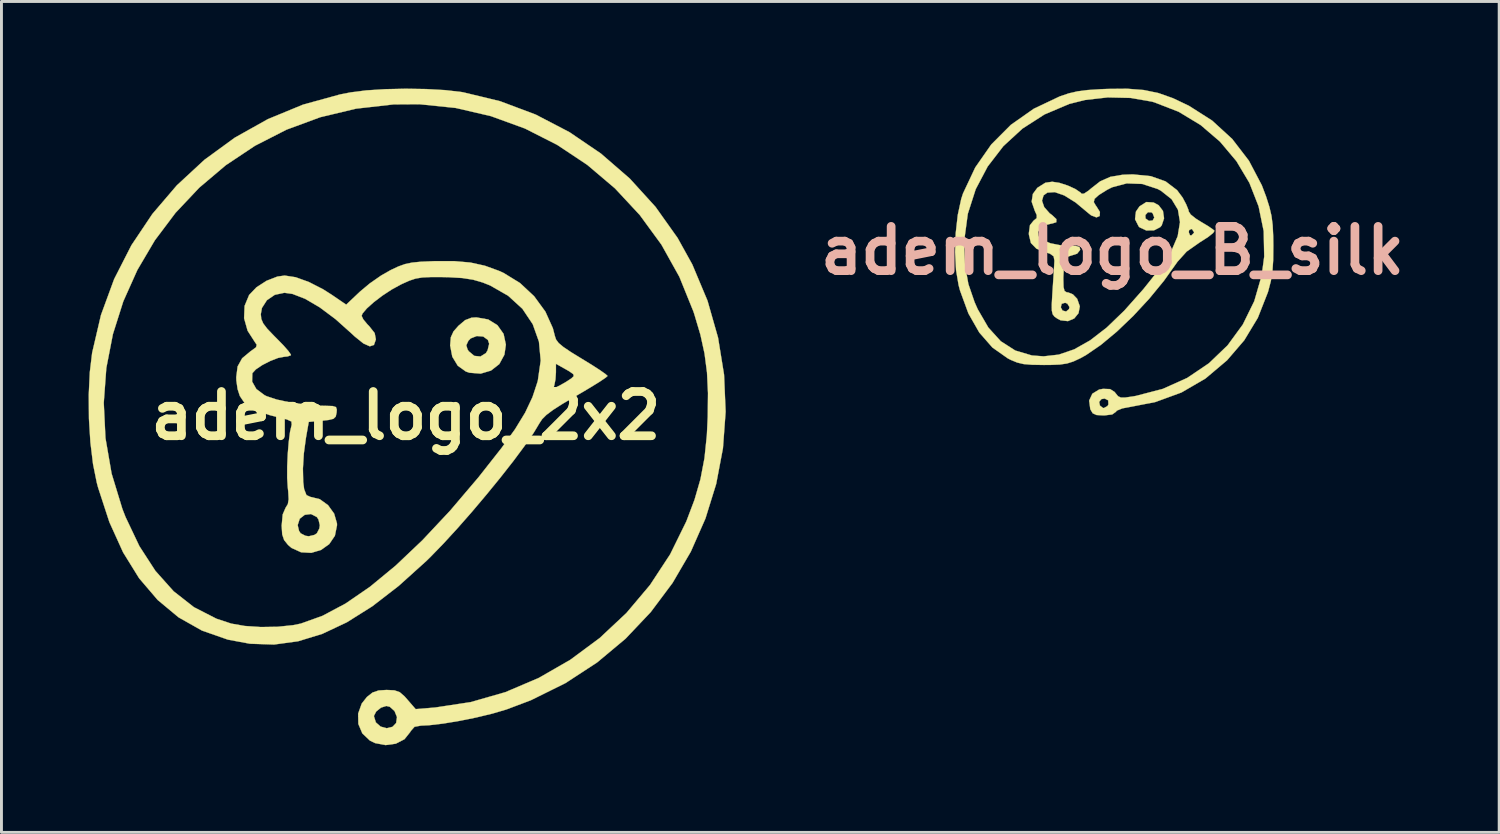
<source format=kicad_pcb>
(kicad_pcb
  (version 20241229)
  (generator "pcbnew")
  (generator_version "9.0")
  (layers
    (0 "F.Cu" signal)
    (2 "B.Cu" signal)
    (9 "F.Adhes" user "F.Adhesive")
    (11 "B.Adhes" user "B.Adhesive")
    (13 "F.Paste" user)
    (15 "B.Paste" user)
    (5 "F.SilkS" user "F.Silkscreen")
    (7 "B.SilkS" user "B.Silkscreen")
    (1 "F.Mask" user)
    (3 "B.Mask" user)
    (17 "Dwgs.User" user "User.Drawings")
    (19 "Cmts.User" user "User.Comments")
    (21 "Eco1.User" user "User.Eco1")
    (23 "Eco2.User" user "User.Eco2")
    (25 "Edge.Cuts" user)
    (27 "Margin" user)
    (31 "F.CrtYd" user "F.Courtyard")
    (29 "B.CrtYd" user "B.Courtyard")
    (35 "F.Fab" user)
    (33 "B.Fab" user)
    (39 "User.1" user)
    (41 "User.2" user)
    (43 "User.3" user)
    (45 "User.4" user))
  (footprint "adem_logo_2x2"
    (layer "F.Cu")
    (at 10.923 11.262)
    (property "Reference" "adem_logo_2x2" (at 0 0 0) (layer "F.SilkS") (effects (font (size 1.524 1.524) (thickness 0.3))))
    (attr through_hole)
    (fp_poly (pts (xy 2.834 -3.314) (xy 3.153 -3.115) (xy 3.363 -2.818) (xy 3.442 -2.448) (xy 3.392 -2.102) (xy 3.215 -1.778) (xy 2.929 -1.555) (xy 2.575 -1.45) (xy 2.19 -1.48) (xy 2.065 -1.522) (xy 1.786 -1.721) (xy 1.597 -2.033) (xy 1.524 -2.415) (xy 1.524 -2.424) (xy 2.079 -2.424) (xy 2.125 -2.279) (xy 2.165 -2.219) (xy 2.355 -2.061) (xy 2.568 -2.04) (xy 2.753 -2.155) (xy 2.812 -2.25) (xy 2.867 -2.477) (xy 2.823 -2.61) (xy 2.662 -2.727) (xy 2.44 -2.744) (xy 2.232 -2.663) (xy 2.149 -2.578) (xy 2.079 -2.424) (xy 1.524 -2.424) (xy 1.524 -2.433) (xy 1.547 -2.701) (xy 1.639 -2.903) (xy 1.812 -3.099) (xy 2.041 -3.292) (xy 2.259 -3.375) (xy 2.426 -3.386) (xy 2.834 -3.314)) (stroke (width 0.01) (type solid)) (fill yes) (layer "F.SilkS"))
    (fp_poly (pts (xy 0.702 -11.246) (xy 1.358 -11.209) (xy 1.908 -11.145) (xy 1.965 -11.136) (xy 3.242 -10.828) (xy 4.47 -10.367) (xy 5.633 -9.761) (xy 6.718 -9.023) (xy 7.709 -8.163) (xy 8.592 -7.192) (xy 9.353 -6.122) (xy 9.86 -5.207) (xy 10.384 -3.958) (xy 10.746 -2.689) (xy 10.953 -1.412) (xy 11.007 -0.139) (xy 10.915 1.118) (xy 10.682 2.347) (xy 10.312 3.538) (xy 9.809 4.678) (xy 9.18 5.755) (xy 8.429 6.759) (xy 7.561 7.676) (xy 6.58 8.495) (xy 5.492 9.205) (xy 4.302 9.794) (xy 3.459 10.112) (xy 2.98 10.253) (xy 2.425 10.387) (xy 1.843 10.505) (xy 1.286 10.597) (xy 0.802 10.654) (xy 0.516 10.668) (xy 0.297 10.708) (xy 0.166 10.856) (xy 0.151 10.886) (xy -0.049 11.136) (xy -0.348 11.29) (xy -0.701 11.338) (xy -1.062 11.269) (xy -1.238 11.184) (xy -1.5 10.935) (xy -1.637 10.611) (xy -1.642 10.341) (xy -1.101 10.341) (xy -1.034 10.557) (xy -0.87 10.701) (xy -0.661 10.757) (xy -0.459 10.708) (xy -0.336 10.578) (xy -0.307 10.373) (xy -0.392 10.165) (xy -0.553 10.02) (xy -0.673 9.991) (xy -0.856 10.048) (xy -1.022 10.181) (xy -1.1 10.332) (xy -1.101 10.341) (xy -1.642 10.341) (xy -1.644 10.255) (xy -1.52 9.908) (xy -1.341 9.681) (xy -1.147 9.528) (xy -0.938 9.457) (xy -0.662 9.44) (xy -0.394 9.453) (xy -0.214 9.515) (xy -0.046 9.661) (xy 0.05 9.77) (xy 0.336 10.1) (xy 1.01 10.044) (xy 2.234 9.858) (xy 3.427 9.515) (xy 4.574 9.026) (xy 5.661 8.401) (xy 6.671 7.653) (xy 7.591 6.791) (xy 8.404 5.827) (xy 9.097 4.771) (xy 9.654 3.638) (xy 9.937 2.89) (xy 10.141 2.183) (xy 10.279 1.462) (xy 10.361 0.67) (xy 10.391 0.042) (xy 10.4 -0.779) (xy 10.366 -1.489) (xy 10.281 -2.141) (xy 10.139 -2.79) (xy 9.931 -3.489) (xy 9.898 -3.59) (xy 9.415 -4.782) (xy 8.796 -5.892) (xy 8.052 -6.909) (xy 7.198 -7.827) (xy 6.245 -8.635) (xy 5.208 -9.325) (xy 4.098 -9.888) (xy 2.928 -10.314) (xy 1.712 -10.596) (xy 0.463 -10.724) (xy -0.423 -10.718) (xy -1.717 -10.571) (xy -2.948 -10.277) (xy -4.111 -9.848) (xy -5.197 -9.293) (xy -6.201 -8.624) (xy -7.114 -7.851) (xy -7.93 -6.986) (xy -8.643 -6.038) (xy -9.244 -5.019) (xy -9.728 -3.939) (xy -10.086 -2.81) (xy -10.313 -1.642) (xy -10.401 -0.445) (xy -10.342 0.77) (xy -10.131 1.991) (xy -9.76 3.208) (xy -9.652 3.485) (xy -9.175 4.489) (xy -8.623 5.341) (xy -7.997 6.042) (xy -7.296 6.591) (xy -6.52 6.988) (xy -6.011 7.156) (xy -5.549 7.237) (xy -4.994 7.274) (xy -4.416 7.265) (xy -3.885 7.21) (xy -3.616 7.155) (xy -2.871 6.888) (xy -2.075 6.464) (xy -1.235 5.887) (xy -0.353 5.16) (xy 0.566 4.288) (xy 1.518 3.273) (xy 2.499 2.119) (xy 3.3 1.101) (xy 3.759 0.462) (xy 4.105 -0.105) (xy 4.356 -0.637) (xy 4.466 -0.967) (xy 5.087 -0.967) (xy 5.145 -0.967) (xy 5.3 -1.043) (xy 5.526 -1.173) (xy 5.699 -1.287) (xy 5.779 -1.364) (xy 5.761 -1.433) (xy 5.624 -1.53) (xy 5.509 -1.596) (xy 5.165 -1.789) (xy 5.165 -1.494) (xy 5.149 -1.25) (xy 5.112 -1.063) (xy 5.11 -1.057) (xy 5.087 -0.967) (xy 4.466 -0.967) (xy 4.531 -1.167) (xy 4.542 -1.207) (xy 4.641 -1.899) (xy 4.58 -2.552) (xy 4.367 -3.151) (xy 4.011 -3.682) (xy 3.519 -4.131) (xy 2.9 -4.485) (xy 2.644 -4.587) (xy 2.315 -4.683) (xy 1.94 -4.741) (xy 1.467 -4.769) (xy 1.27 -4.773) (xy 0.859 -4.774) (xy 0.564 -4.76) (xy 0.335 -4.722) (xy 0.12 -4.651) (xy -0.134 -4.537) (xy -0.169 -4.52) (xy -0.486 -4.347) (xy -0.81 -4.134) (xy -1.108 -3.907) (xy -1.347 -3.692) (xy -1.494 -3.518) (xy -1.524 -3.438) (xy -1.467 -3.318) (xy -1.325 -3.146) (xy -1.266 -3.087) (xy -1.075 -2.846) (xy -1.033 -2.627) (xy -1.1 -2.437) (xy -1.242 -2.39) (xy -1.462 -2.488) (xy -1.763 -2.73) (xy -1.852 -2.814) (xy -2.423 -3.325) (xy -2.968 -3.732) (xy -3.467 -4.025) (xy -3.905 -4.194) (xy -4.182 -4.233) (xy -4.513 -4.163) (xy -4.785 -3.977) (xy -4.956 -3.711) (xy -4.995 -3.496) (xy -4.978 -3.332) (xy -4.911 -3.177) (xy -4.771 -2.993) (xy -4.532 -2.744) (xy -4.452 -2.664) (xy -4.217 -2.424) (xy -4.046 -2.229) (xy -3.96 -2.106) (xy -3.958 -2.082) (xy -4.074 -2.041) (xy -4.184 -2.031) (xy -4.4 -1.99) (xy -4.67 -1.885) (xy -4.943 -1.745) (xy -5.165 -1.596) (xy -5.282 -1.468) (xy -5.286 -1.458) (xy -5.294 -1.177) (xy -5.148 -0.919) (xy -4.864 -0.707) (xy -4.789 -0.671) (xy -4.444 -0.557) (xy -3.986 -0.458) (xy -3.469 -0.385) (xy -2.949 -0.345) (xy -2.767 -0.341) (xy -2.523 -0.334) (xy -2.407 -0.298) (xy -2.378 -0.21) (xy -2.386 -0.106) (xy -2.415 0.029) (xy -2.493 0.105) (xy -2.662 0.146) (xy -2.879 0.169) (xy -3.344 0.212) (xy -3.441 0.762) (xy -3.513 1.295) (xy -3.545 1.82) (xy -3.535 2.28) (xy -3.503 2.529) (xy -3.423 2.732) (xy -3.287 2.794) (xy -2.966 2.872) (xy -2.681 3.077) (xy -2.47 3.37) (xy -2.373 3.707) (xy -2.371 3.768) (xy -2.444 4.131) (xy -2.64 4.42) (xy -2.923 4.621) (xy -3.258 4.72) (xy -3.607 4.701) (xy -3.937 4.551) (xy -4.056 4.449) (xy -4.192 4.28) (xy -4.258 4.085) (xy -4.276 3.796) (xy -4.276 3.775) (xy -4.275 3.768) (xy -3.725 3.768) (xy -3.679 3.962) (xy -3.624 4.047) (xy -3.459 4.132) (xy -3.344 4.149) (xy -3.15 4.103) (xy -3.065 4.047) (xy -2.98 3.882) (xy -2.963 3.768) (xy -3.009 3.573) (xy -3.065 3.488) (xy -3.267 3.384) (xy -3.482 3.411) (xy -3.654 3.545) (xy -3.725 3.763) (xy -3.725 3.768) (xy -4.275 3.768) (xy -4.241 3.398) (xy -4.14 3.165) (xy -4.138 3.163) (xy -4.064 3.043) (xy -4.036 2.877) (xy -4.05 2.616) (xy -4.067 2.458) (xy -4.087 2.144) (xy -4.086 1.747) (xy -4.067 1.316) (xy -4.033 0.901) (xy -3.988 0.552) (xy -3.934 0.32) (xy -3.931 0.312) (xy -3.941 0.199) (xy -4.094 0.128) (xy -4.12 0.122) (xy -4.676 -0.018) (xy -5.089 -0.158) (xy -5.385 -0.312) (xy -5.591 -0.492) (xy -5.717 -0.681) (xy -5.794 -0.917) (xy -5.837 -1.219) (xy -5.84 -1.329) (xy -5.793 -1.696) (xy -5.637 -1.978) (xy -5.343 -2.223) (xy -5.31 -2.245) (xy -5.158 -2.357) (xy -5.136 -2.446) (xy -5.194 -2.53) (xy -5.449 -2.926) (xy -5.57 -3.356) (xy -5.553 -3.781) (xy -5.397 -4.157) (xy -5.145 -4.421) (xy -4.799 -4.645) (xy -4.424 -4.791) (xy -4.174 -4.826) (xy -3.795 -4.768) (xy -3.34 -4.604) (xy -2.848 -4.352) (xy -2.554 -4.165) (xy -2.055 -3.824) (xy -1.573 -4.28) (xy -1.242 -4.556) (xy -0.854 -4.826) (xy -0.527 -5.013) (xy -0.259 -5.139) (xy -0.03 -5.221) (xy 0.211 -5.272) (xy 0.514 -5.302) (xy 0.93 -5.32) (xy 0.98 -5.322) (xy 1.657 -5.323) (xy 2.22 -5.274) (xy 2.717 -5.165) (xy 3.199 -4.99) (xy 3.368 -4.913) (xy 3.928 -4.569) (xy 4.415 -4.114) (xy 4.802 -3.584) (xy 5.06 -3.012) (xy 5.128 -2.747) (xy 5.169 -2.624) (xy 5.258 -2.504) (xy 5.421 -2.367) (xy 5.682 -2.191) (xy 6.06 -1.959) (xy 6.4 -1.751) (xy 6.679 -1.571) (xy 6.869 -1.437) (xy 6.943 -1.37) (xy 6.943 -1.369) (xy 6.873 -1.308) (xy 6.682 -1.179) (xy 6.394 -1) (xy 6.036 -0.787) (xy 5.853 -0.68) (xy 5.395 -0.411) (xy 5.065 -0.2) (xy 4.837 -0.029) (xy 4.689 0.119) (xy 4.604 0.247) (xy 4.395 0.594) (xy 4.087 1.038) (xy 3.702 1.556) (xy 3.257 2.123) (xy 2.773 2.716) (xy 2.271 3.311) (xy 1.768 3.883) (xy 1.285 4.409) (xy 0.842 4.865) (xy 0.706 4.998) (xy -0.248 5.858) (xy -1.157 6.56) (xy -2.032 7.11) (xy -2.881 7.51) (xy -3.713 7.764) (xy -4.538 7.876) (xy -5.365 7.849) (xy -6.129 7.707) (xy -7.019 7.396) (xy -7.825 6.941) (xy -8.546 6.341) (xy -9.183 5.595) (xy -9.736 4.702) (xy -10.207 3.663) (xy -10.595 2.476) (xy -10.641 2.305) (xy -10.77 1.666) (xy -10.861 0.914) (xy -10.911 0.101) (xy -10.918 -0.721) (xy -10.881 -1.5) (xy -10.801 -2.167) (xy -10.497 -3.468) (xy -10.043 -4.705) (xy -9.449 -5.869) (xy -8.726 -6.948) (xy -7.885 -7.932) (xy -6.935 -8.811) (xy -5.888 -9.574) (xy -4.753 -10.21) (xy -3.541 -10.71) (xy -2.262 -11.062) (xy -1.895 -11.133) (xy -1.359 -11.201) (xy -0.711 -11.242) (xy -0.006 -11.257) (xy 0.702 -11.246)) (stroke (width 0.01) (type solid)) (fill yes) (layer "F.SilkS")))
  (footprint "adem_logo_B_silk"
    (layer "B.Cu")
    (at 35.248 5.578)
    (property "Reference" "adem_logo_B_silk" (at 0 0 0) (layer "B.SilkS") (effects (font (size 1.524 1.524) (thickness 0.3))))
    (attr through_hole)
    (fp_poly (pts (xy 1.415 -1.657) (xy 1.59 -1.562) (xy 1.738 -1.366) (xy 1.775 -1.111) (xy 1.695 -0.871) (xy 1.645 -0.81) (xy 1.426 -0.697) (xy 1.162 -0.695) (xy 0.933 -0.802) (xy 0.902 -0.832) (xy 0.776 -1.081) (xy 0.793 -1.225) (xy 1.131 -1.225) (xy 1.138 -1.108) (xy 1.255 -1.024) (xy 1.382 -1.038) (xy 1.439 -1.138) (xy 1.383 -1.285) (xy 1.347 -1.317) (xy 1.22 -1.321) (xy 1.131 -1.225) (xy 0.793 -1.225) (xy 0.807 -1.344) (xy 0.931 -1.524) (xy 1.165 -1.673) (xy 1.415 -1.657)) (stroke (width 0.01) (type solid)) (fill yes) (layer "F.SilkS"))
    (fp_poly (pts (xy 1.075 -5.529) (xy 1.582 -5.424) (xy 2.082 -5.247) (xy 2.627 -4.988) (xy 2.631 -4.986) (xy 3.429 -4.478) (xy 4.122 -3.843) (xy 4.696 -3.096) (xy 5.141 -2.249) (xy 5.288 -1.861) (xy 5.401 -1.505) (xy 5.473 -1.197) (xy 5.514 -0.878) (xy 5.533 -0.488) (xy 5.537 -0.169) (xy 5.532 0.326) (xy 5.506 0.712) (xy 5.452 1.045) (xy 5.364 1.384) (xy 5.347 1.439) (xy 5.003 2.313) (xy 4.536 3.086) (xy 3.944 3.775) (xy 3.2 4.403) (xy 2.375 4.883) (xy 1.475 5.212) (xy 0.651 5.372) (xy 0.341 5.43) (xy 0.152 5.507) (xy 0.113 5.552) (xy -0.01 5.64) (xy -0.284 5.673) (xy -0.307 5.673) (xy -0.55 5.659) (xy -0.682 5.599) (xy -0.76 5.466) (xy -0.765 5.453) (xy -0.797 5.207) (xy -0.459 5.207) (xy -0.432 5.335) (xy -0.327 5.415) (xy -0.296 5.419) (xy -0.173 5.351) (xy -0.14 5.294) (xy -0.148 5.153) (xy -0.27 5.092) (xy -0.384 5.112) (xy -0.459 5.207) (xy -0.797 5.207) (xy -0.803 5.161) (xy -0.694 4.926) (xy -0.461 4.783) (xy -0.325 4.758) (xy -0.082 4.767) (xy 0.072 4.864) (xy 0.113 4.916) (xy 0.191 5.012) (xy 0.286 5.057) (xy 0.441 5.057) (xy 0.704 5.019) (xy 0.807 5.001) (xy 1.731 4.76) (xy 2.572 4.382) (xy 3.32 3.877) (xy 3.962 3.261) (xy 4.486 2.544) (xy 4.881 1.739) (xy 5.135 0.861) (xy 5.223 0.204) (xy 5.205 -0.672) (xy 5.03 -1.524) (xy 4.713 -2.333) (xy 4.266 -3.081) (xy 3.702 -3.751) (xy 3.035 -4.323) (xy 2.277 -4.781) (xy 1.442 -5.105) (xy 1.355 -5.13) (xy 0.625 -5.257) (xy -0.165 -5.275) (xy -0.947 -5.186) (xy -1.488 -5.05) (xy -2.34 -4.689) (xy -3.101 -4.2) (xy -3.757 -3.597) (xy -4.297 -2.896) (xy -4.709 -2.115) (xy -4.981 -1.268) (xy -5.101 -0.374) (xy -5.105 -0.212) (xy -5.076 0.512) (xy -4.961 1.151) (xy -4.747 1.775) (xy -4.638 2.02) (xy -4.274 2.648) (xy -3.845 3.12) (xy -3.345 3.44) (xy -2.774 3.609) (xy -2.371 3.639) (xy -1.849 3.58) (xy -1.319 3.399) (xy -0.771 3.09) (xy -0.197 2.647) (xy 0.41 2.062) (xy 1.06 1.33) (xy 1.639 0.605) (xy 2.017 0.033) (xy 2.245 -0.499) (xy 2.267 -0.635) (xy 2.625 -0.635) (xy 2.668 -0.53) (xy 2.716 -0.524) (xy 2.803 -0.612) (xy 2.807 -0.635) (xy 2.741 -0.734) (xy 2.716 -0.746) (xy 2.638 -0.705) (xy 2.625 -0.635) (xy 2.267 -0.635) (xy 2.324 -0.982) (xy 2.253 -1.409) (xy 2.034 -1.772) (xy 1.666 -2.063) (xy 1.551 -2.124) (xy 1.023 -2.296) (xy 0.49 -2.315) (xy -0.014 -2.181) (xy -0.187 -2.093) (xy -0.469 -1.916) (xy -0.616 -1.784) (xy -0.644 -1.671) (xy -0.573 -1.549) (xy -0.559 -1.533) (xy -0.433 -1.331) (xy -0.441 -1.192) (xy -0.552 -1.144) (xy -0.735 -1.214) (xy -0.832 -1.292) (xy -1.269 -1.657) (xy -1.657 -1.899) (xy -1.986 -2.014) (xy -2.242 -1.997) (xy -2.373 -1.902) (xy -2.427 -1.718) (xy -2.351 -1.498) (xy -2.163 -1.285) (xy -2.079 -1.223) (xy -1.932 -1.085) (xy -1.934 -0.978) (xy -2.082 -0.932) (xy -2.103 -0.931) (xy -2.281 -0.885) (xy -2.437 -0.799) (xy -2.564 -0.649) (xy -2.544 -0.498) (xy -2.394 -0.362) (xy -2.137 -0.253) (xy -1.792 -0.185) (xy -1.505 -0.169) (xy -1.255 -0.16) (xy -1.137 -0.123) (xy -1.113 -0.045) (xy -1.116 -0.021) (xy -1.217 0.105) (xy -1.368 0.153) (xy -1.523 0.202) (xy -1.621 0.327) (xy -1.673 0.556) (xy -1.692 0.918) (xy -1.692 0.995) (xy -1.685 1.257) (xy -1.65 1.39) (xy -1.574 1.436) (xy -1.526 1.439) (xy -1.363 1.505) (xy -1.216 1.658) (xy -1.125 1.917) (xy -1.169 2.153) (xy -1.317 2.335) (xy -1.534 2.427) (xy -1.788 2.398) (xy -1.899 2.34) (xy -1.999 2.269) (xy -2.06 2.189) (xy -2.088 2.064) (xy -2.09 1.951) (xy -1.779 1.951) (xy -1.72 2.062) (xy -1.597 2.096) (xy -1.497 2.013) (xy -1.482 1.941) (xy -1.552 1.827) (xy -1.63 1.794) (xy -1.749 1.83) (xy -1.779 1.951) (xy -2.09 1.951) (xy -2.091 1.857) (xy -2.073 1.531) (xy -2.063 1.374) (xy -2.038 0.994) (xy -2.017 0.659) (xy -2.003 0.418) (xy -1.999 0.346) (xy -2.026 0.196) (xy -2.153 0.105) (xy -2.286 0.063) (xy -2.618 -0.068) (xy -2.808 -0.262) (xy -2.877 -0.546) (xy -2.879 -0.605) (xy -2.841 -0.877) (xy -2.717 -1.031) (xy -2.716 -1.032) (xy -2.61 -1.119) (xy -2.609 -1.228) (xy -2.673 -1.367) (xy -2.783 -1.685) (xy -2.741 -1.952) (xy -2.586 -2.163) (xy -2.311 -2.337) (xy -2.075 -2.371) (xy -1.83 -2.334) (xy -1.544 -2.242) (xy -1.278 -2.121) (xy -1.095 -1.995) (xy -1.064 -1.957) (xy -0.981 -1.962) (xy -0.826 -2.064) (xy -0.741 -2.137) (xy -0.421 -2.387) (xy -0.075 -2.54) (xy 0.348 -2.612) (xy 0.7 -2.625) (xy 1.32 -2.563) (xy 1.83 -2.382) (xy 2.223 -2.082) (xy 2.414 -1.826) (xy 2.538 -1.591) (xy 2.614 -1.404) (xy 2.625 -1.347) (xy 2.693 -1.243) (xy 2.871 -1.101) (xy 3.045 -0.992) (xy 3.283 -0.85) (xy 3.455 -0.733) (xy 3.511 -0.682) (xy 3.465 -0.608) (xy 3.304 -0.478) (xy 3.06 -0.319) (xy 3.01 -0.289) (xy 2.552 0.033) (xy 2.234 0.386) (xy 2.213 0.417) (xy 1.772 1.036) (xy 1.263 1.656) (xy 0.712 2.25) (xy 0.147 2.79) (xy -0.404 3.248) (xy -0.912 3.596) (xy -1.101 3.701) (xy -1.345 3.815) (xy -1.565 3.885) (xy -1.816 3.922) (xy -2.153 3.935) (xy -2.371 3.936) (xy -2.773 3.929) (xy -3.059 3.905) (xy -3.283 3.852) (xy -3.5 3.762) (xy -3.604 3.709) (xy -4.132 3.337) (xy -4.586 2.819) (xy -4.96 2.163) (xy -5.248 1.376) (xy -5.298 1.188) (xy -5.386 0.666) (xy -5.418 0.05) (xy -5.397 -0.601) (xy -5.326 -1.23) (xy -5.208 -1.777) (xy -5.146 -1.968) (xy -4.724 -2.864) (xy -4.173 -3.654) (xy -3.499 -4.33) (xy -2.711 -4.884) (xy -1.815 -5.309) (xy -1.798 -5.315) (xy -1.502 -5.415) (xy -1.205 -5.483) (xy -0.859 -5.528) (xy -0.415 -5.557) (xy -0.169 -5.567) (xy 0.509 -5.573) (xy 1.075 -5.529)) (stroke (width 0.01) (type solid)) (fill yes) (layer "F.SilkS")))
  (gr_rect
    (start -3 -3)
    (end 48.56 25.605)
    (stroke (width 0.1) (type default))
    (fill no)
    (layer "Edge.Cuts")))
</source>
